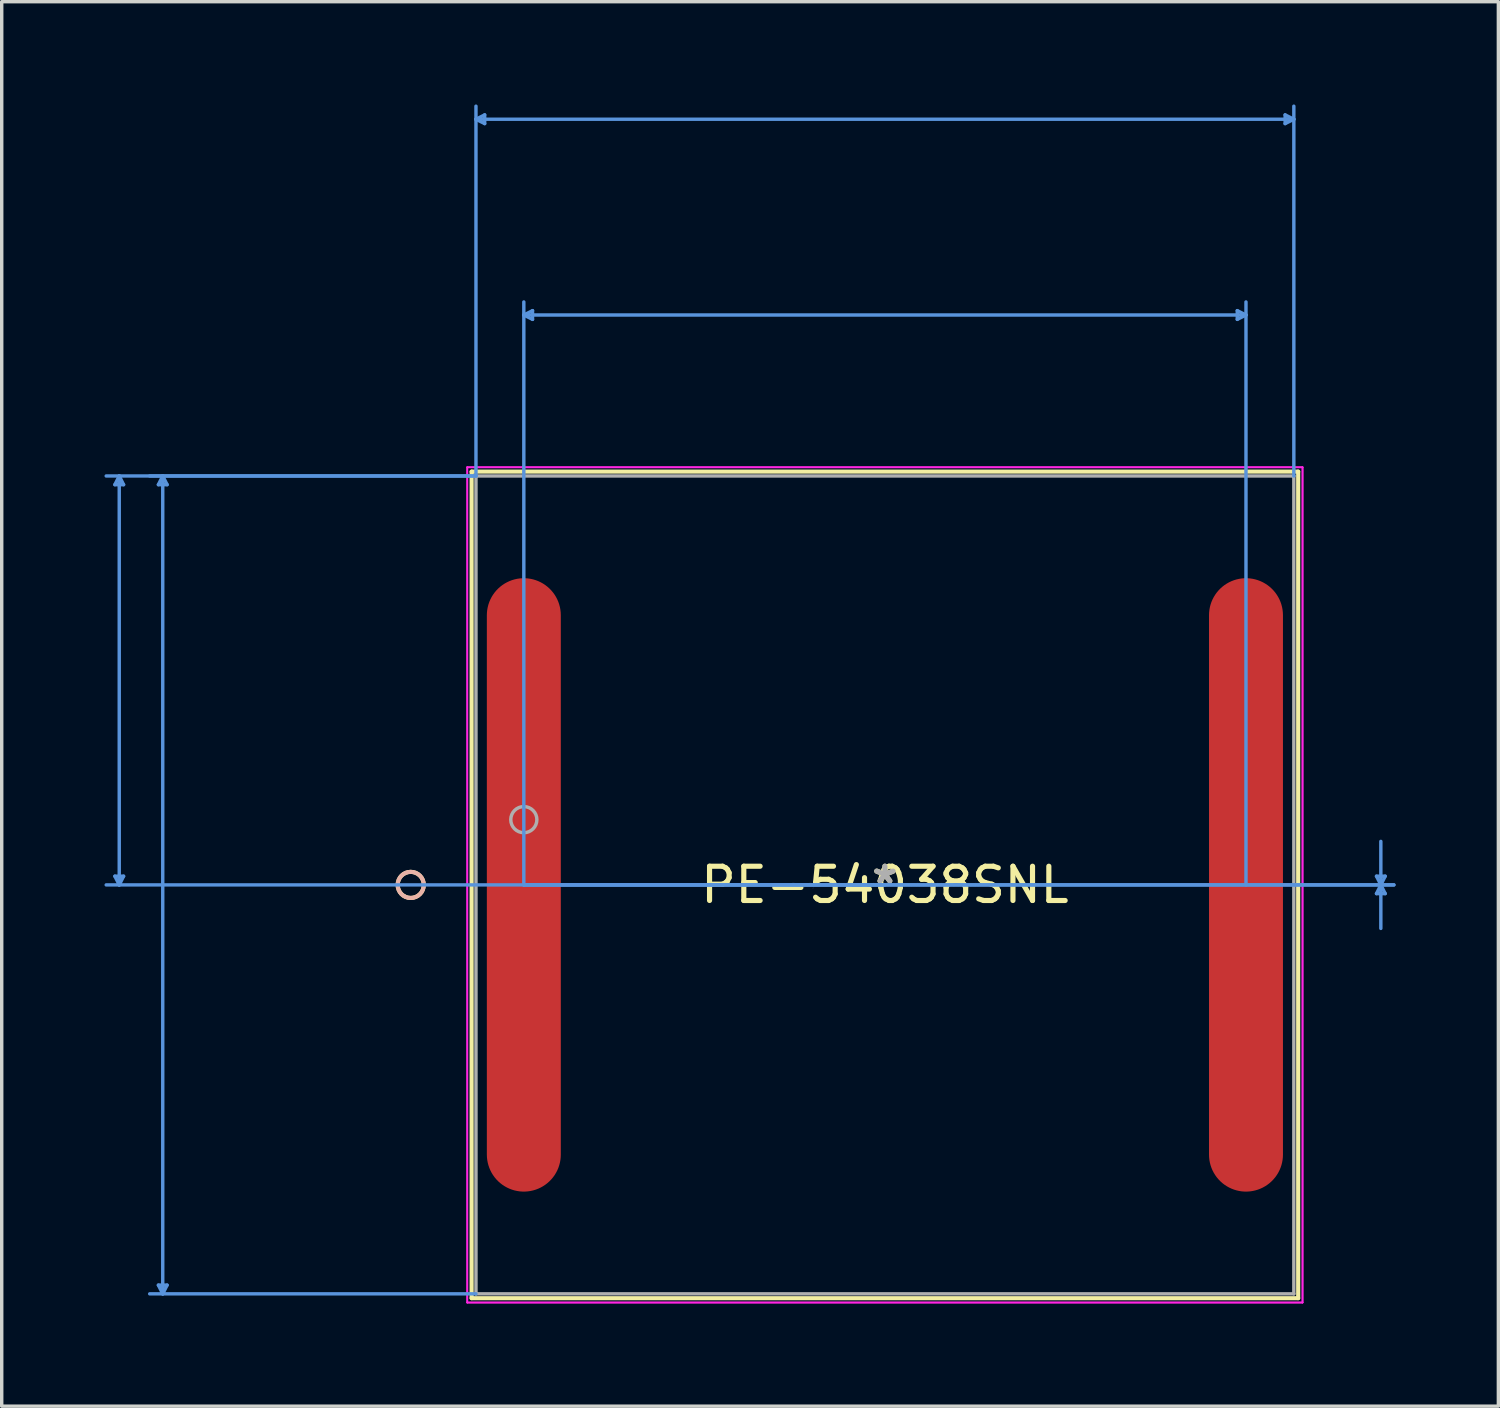
<source format=kicad_pcb>
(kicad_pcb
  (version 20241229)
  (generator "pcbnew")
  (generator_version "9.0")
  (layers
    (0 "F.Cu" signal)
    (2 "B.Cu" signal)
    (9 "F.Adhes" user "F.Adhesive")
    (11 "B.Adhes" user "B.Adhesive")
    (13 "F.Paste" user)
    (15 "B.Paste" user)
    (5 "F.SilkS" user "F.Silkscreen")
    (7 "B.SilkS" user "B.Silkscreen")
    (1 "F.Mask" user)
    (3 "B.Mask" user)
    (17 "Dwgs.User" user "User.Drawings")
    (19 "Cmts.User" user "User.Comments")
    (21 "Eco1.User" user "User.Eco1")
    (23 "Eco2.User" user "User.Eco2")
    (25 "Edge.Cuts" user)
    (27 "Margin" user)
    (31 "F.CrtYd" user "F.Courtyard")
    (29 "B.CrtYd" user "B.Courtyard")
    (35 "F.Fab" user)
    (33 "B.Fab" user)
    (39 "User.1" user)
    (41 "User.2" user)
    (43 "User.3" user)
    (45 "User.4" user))
  (footprint "PE-54038SNL"
    (layer "F.Cu")
    (at 22.783 22.783)
    (property "Reference" "PE-54038SNL" (at 0 0 0) (layer "F.SilkS") (effects (font (size 1 1) (thickness 0.15))))
    (attr through_hole)
    (fp_line (start -12.065 -12.065) (end -12.065 12.065) (stroke (width 0.12) (type solid)) (layer "F.SilkS"))
    (fp_line (start -12.065 12.065) (end 12.065 12.065) (stroke (width 0.12) (type solid)) (layer "F.SilkS"))
    (fp_line (start 12.065 -12.065) (end -12.065 -12.065) (stroke (width 0.12) (type solid)) (layer "F.SilkS"))
    (fp_line (start 12.065 12.065) (end 12.065 -12.065) (stroke (width 0.12) (type solid)) (layer "F.SilkS"))
    (fp_circle (center -13.843 0) (end -13.462 0) (stroke (width 0.12) (type solid)) (fill no) (layer "F.SilkS"))
    (fp_circle (center -13.843 0) (end -13.462 0) (stroke (width 0.12) (type solid)) (fill no) (layer "B.SilkS"))
    (fp_line (start -22.479 -11.684) (end -22.225 -11.684) (stroke (width 0.1) (type solid)) (layer "Cmts.User"))
    (fp_line (start -22.479 -0.254) (end -22.225 -0.254) (stroke (width 0.1) (type solid)) (layer "Cmts.User"))
    (fp_line (start -22.352 -11.938) (end -22.479 -11.684) (stroke (width 0.1) (type solid)) (layer "Cmts.User"))
    (fp_line (start -22.352 -11.938) (end -22.352 0) (stroke (width 0.1) (type solid)) (layer "Cmts.User"))
    (fp_line (start -22.352 -11.938) (end -22.225 -11.684) (stroke (width 0.1) (type solid)) (layer "Cmts.User"))
    (fp_line (start -22.352 0) (end -22.479 -0.254) (stroke (width 0.1) (type solid)) (layer "Cmts.User"))
    (fp_line (start -22.352 0) (end -22.225 -0.254) (stroke (width 0.1) (type solid)) (layer "Cmts.User"))
    (fp_line (start -21.209 -11.684) (end -20.955 -11.684) (stroke (width 0.1) (type solid)) (layer "Cmts.User"))
    (fp_line (start -21.209 11.684) (end -20.955 11.684) (stroke (width 0.1) (type solid)) (layer "Cmts.User"))
    (fp_line (start -21.082 -11.938) (end -21.209 -11.684) (stroke (width 0.1) (type solid)) (layer "Cmts.User"))
    (fp_line (start -21.082 -11.938) (end -21.082 11.938) (stroke (width 0.1) (type solid)) (layer "Cmts.User"))
    (fp_line (start -21.082 -11.938) (end -20.955 -11.684) (stroke (width 0.1) (type solid)) (layer "Cmts.User"))
    (fp_line (start -21.082 11.938) (end -21.209 11.684) (stroke (width 0.1) (type solid)) (layer "Cmts.User"))
    (fp_line (start -21.082 11.938) (end -20.955 11.684) (stroke (width 0.1) (type solid)) (layer "Cmts.User"))
    (fp_line (start -11.938 -22.352) (end -11.684 -22.479) (stroke (width 0.1) (type solid)) (layer "Cmts.User"))
    (fp_line (start -11.938 -22.352) (end -11.684 -22.225) (stroke (width 0.1) (type solid)) (layer "Cmts.User"))
    (fp_line (start -11.938 -22.352) (end 11.938 -22.352) (stroke (width 0.1) (type solid)) (layer "Cmts.User"))
    (fp_line (start -11.938 -11.938) (end -22.733 -11.938) (stroke (width 0.1) (type solid)) (layer "Cmts.User"))
    (fp_line (start -11.938 -11.938) (end -21.463 -11.938) (stroke (width 0.1) (type solid)) (layer "Cmts.User"))
    (fp_line (start -11.938 -11.938) (end -11.938 -22.733) (stroke (width 0.1) (type solid)) (layer "Cmts.User"))
    (fp_line (start -11.938 11.938) (end -21.463 11.938) (stroke (width 0.1) (type solid)) (layer "Cmts.User"))
    (fp_line (start -11.684 -22.479) (end -11.684 -22.225) (stroke (width 0.1) (type solid)) (layer "Cmts.User"))
    (fp_line (start -10.541 -16.637) (end -10.287 -16.764) (stroke (width 0.1) (type solid)) (layer "Cmts.User"))
    (fp_line (start -10.541 -16.637) (end -10.287 -16.51) (stroke (width 0.1) (type solid)) (layer "Cmts.User"))
    (fp_line (start -10.541 -16.637) (end 10.541 -16.637) (stroke (width 0.1) (type solid)) (layer "Cmts.User"))
    (fp_line (start -10.541 0) (end -10.541 -17.018) (stroke (width 0.1) (type solid)) (layer "Cmts.User"))
    (fp_line (start -10.541 0) (end 14.859 0) (stroke (width 0.1) (type solid)) (layer "Cmts.User"))
    (fp_line (start -10.541 0) (end 14.859 0) (stroke (width 0.1) (type solid)) (layer "Cmts.User"))
    (fp_line (start -10.287 -16.764) (end -10.287 -16.51) (stroke (width 0.1) (type solid)) (layer "Cmts.User"))
    (fp_line (start 0 0) (end -22.733 0) (stroke (width 0.1) (type solid)) (layer "Cmts.User"))
    (fp_line (start 10.287 -16.764) (end 10.287 -16.51) (stroke (width 0.1) (type solid)) (layer "Cmts.User"))
    (fp_line (start 10.541 -16.637) (end 10.287 -16.764) (stroke (width 0.1) (type solid)) (layer "Cmts.User"))
    (fp_line (start 10.541 -16.637) (end 10.287 -16.51) (stroke (width 0.1) (type solid)) (layer "Cmts.User"))
    (fp_line (start 10.541 0) (end 10.541 -17.018) (stroke (width 0.1) (type solid)) (layer "Cmts.User"))
    (fp_line (start 11.684 -22.479) (end 11.684 -22.225) (stroke (width 0.1) (type solid)) (layer "Cmts.User"))
    (fp_line (start 11.938 -22.352) (end 11.684 -22.479) (stroke (width 0.1) (type solid)) (layer "Cmts.User"))
    (fp_line (start 11.938 -22.352) (end 11.684 -22.225) (stroke (width 0.1) (type solid)) (layer "Cmts.User"))
    (fp_line (start 11.938 -11.938) (end 11.938 -22.733) (stroke (width 0.1) (type solid)) (layer "Cmts.User"))
    (fp_line (start 14.351 -0.254) (end 14.605 -0.254) (stroke (width 0.1) (type solid)) (layer "Cmts.User"))
    (fp_line (start 14.351 0.254) (end 14.605 0.254) (stroke (width 0.1) (type solid)) (layer "Cmts.User"))
    (fp_line (start 14.478 0) (end 14.351 -0.254) (stroke (width 0.1) (type solid)) (layer "Cmts.User"))
    (fp_line (start 14.478 0) (end 14.351 0.254) (stroke (width 0.1) (type solid)) (layer "Cmts.User"))
    (fp_line (start 14.478 0) (end 14.478 -1.27) (stroke (width 0.1) (type solid)) (layer "Cmts.User"))
    (fp_line (start 14.478 0) (end 14.478 1.27) (stroke (width 0.1) (type solid)) (layer "Cmts.User"))
    (fp_line (start 14.478 0) (end 14.605 -0.254) (stroke (width 0.1) (type solid)) (layer "Cmts.User"))
    (fp_line (start 14.478 0) (end 14.605 0.254) (stroke (width 0.1) (type solid)) (layer "Cmts.User"))
    (fp_line (start -12.192 -12.192) (end -12.192 12.192) (stroke (width 0.05) (type solid)) (layer "F.CrtYd"))
    (fp_line (start -12.192 -12.192) (end -12.192 12.192) (stroke (width 0.05) (type solid)) (layer "F.CrtYd"))
    (fp_line (start -12.192 12.192) (end 12.192 12.192) (stroke (width 0.05) (type solid)) (layer "F.CrtYd"))
    (fp_line (start -12.192 12.192) (end 12.192 12.192) (stroke (width 0.05) (type solid)) (layer "F.CrtYd"))
    (fp_line (start 12.192 -12.192) (end -12.192 -12.192) (stroke (width 0.05) (type solid)) (layer "F.CrtYd"))
    (fp_line (start 12.192 -12.192) (end -12.192 -12.192) (stroke (width 0.05) (type solid)) (layer "F.CrtYd"))
    (fp_line (start 12.192 12.192) (end 12.192 -12.192) (stroke (width 0.05) (type solid)) (layer "F.CrtYd"))
    (fp_line (start 12.192 12.192) (end 12.192 -12.192) (stroke (width 0.05) (type solid)) (layer "F.CrtYd"))
    (fp_line (start -11.938 -11.938) (end -11.938 11.938) (stroke (width 0.1) (type solid)) (layer "F.Fab"))
    (fp_line (start -11.938 11.938) (end 11.938 11.938) (stroke (width 0.1) (type solid)) (layer "F.Fab"))
    (fp_line (start 11.938 -11.938) (end -11.938 -11.938) (stroke (width 0.1) (type solid)) (layer "F.Fab"))
    (fp_line (start 11.938 11.938) (end 11.938 -11.938) (stroke (width 0.1) (type solid)) (layer "F.Fab"))
    (fp_circle (center -10.541 -1.905) (end -10.16 -1.905) (stroke (width 0.1) (type solid)) (fill no) (layer "F.Fab"))
    (fp_text user "*" (at 0 0 0) (layer "F.SilkS") (effects (font (size 1 1) (thickness 0.15))))
    (fp_text user "Copyright 2021 Accelerated Designs. All rights reserved." (at 0 0 0) (layer "Cmts.User") (effects (font (size 0.127 0.127) (thickness 0.002))))
    (fp_text user "*" (at 0 0 0) (layer "F.Fab") (effects (font (size 1 1) (thickness 0.15))))
    (pad "1" smd oval (at -10.541 0) (size 2.159 17.907) (layers "F.Cu" "F.Mask" "F.Paste"))
    (pad "2" smd oval (at 10.541 0) (size 2.159 17.907) (layers "F.Cu" "F.Mask" "F.Paste")))
  (gr_rect
    (start -3 -3)
    (end 40.692 38)
    (stroke (width 0.1) (type default))
    (fill no)
    (layer "Edge.Cuts")))
</source>
